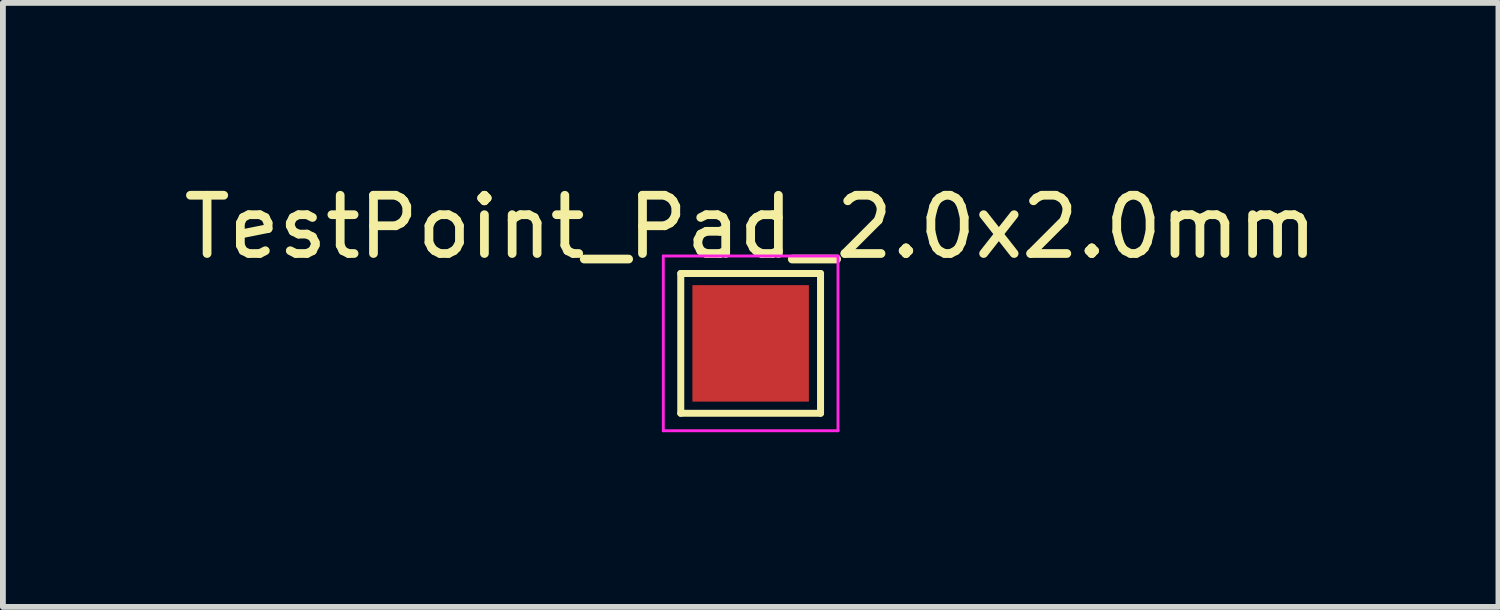
<source format=kicad_pcb>
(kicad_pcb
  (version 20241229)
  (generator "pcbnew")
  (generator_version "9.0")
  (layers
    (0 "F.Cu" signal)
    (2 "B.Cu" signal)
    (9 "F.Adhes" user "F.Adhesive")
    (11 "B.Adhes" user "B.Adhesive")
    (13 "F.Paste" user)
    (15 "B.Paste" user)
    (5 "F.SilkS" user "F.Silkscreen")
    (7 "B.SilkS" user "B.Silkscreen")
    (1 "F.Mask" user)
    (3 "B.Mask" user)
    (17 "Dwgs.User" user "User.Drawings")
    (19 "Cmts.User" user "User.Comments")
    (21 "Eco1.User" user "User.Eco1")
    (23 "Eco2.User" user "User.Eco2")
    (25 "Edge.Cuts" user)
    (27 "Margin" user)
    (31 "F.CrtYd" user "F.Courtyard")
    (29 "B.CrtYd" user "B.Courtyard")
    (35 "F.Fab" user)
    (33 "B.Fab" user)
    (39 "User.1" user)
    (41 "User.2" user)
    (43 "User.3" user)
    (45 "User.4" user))
  (footprint "TestPoint_Pad_2.0x2.0mm"
    (layer "F.Cu")
    (at 9.839 2.846)
    (property "Reference" "TestPoint_Pad_2.0x2.0mm" (at 0 -1.998 0) (layer "F.SilkS") (effects (font (size 1 1) (thickness 0.15))))
    (attr exclude_from_pos_files)
    (fp_line (start -1.2 -1.2) (end 1.2 -1.2) (stroke (width 0.12) (type solid)) (layer "F.SilkS"))
    (fp_line (start -1.2 1.2) (end -1.2 -1.2) (stroke (width 0.12) (type solid)) (layer "F.SilkS"))
    (fp_line (start 1.2 -1.2) (end 1.2 1.2) (stroke (width 0.12) (type solid)) (layer "F.SilkS"))
    (fp_line (start 1.2 1.2) (end -1.2 1.2) (stroke (width 0.12) (type solid)) (layer "F.SilkS"))
    (fp_line (start -1.5 -1.5) (end -1.5 1.5) (stroke (width 0.05) (type solid)) (layer "F.CrtYd"))
    (fp_line (start -1.5 -1.5) (end 1.5 -1.5) (stroke (width 0.05) (type solid)) (layer "F.CrtYd"))
    (fp_line (start 1.5 1.5) (end -1.5 1.5) (stroke (width 0.05) (type solid)) (layer "F.CrtYd"))
    (fp_line (start 1.5 1.5) (end 1.5 -1.5) (stroke (width 0.05) (type solid)) (layer "F.CrtYd"))
    (pad "1" smd rect (at 0 0) (size 2 2) (layers "F.Cu" "F.Mask")))
  (gr_rect
    (start -3 -3)
    (end 22.679 7.371)
    (stroke (width 0.1) (type default))
    (fill no)
    (layer "Edge.Cuts")))
</source>
